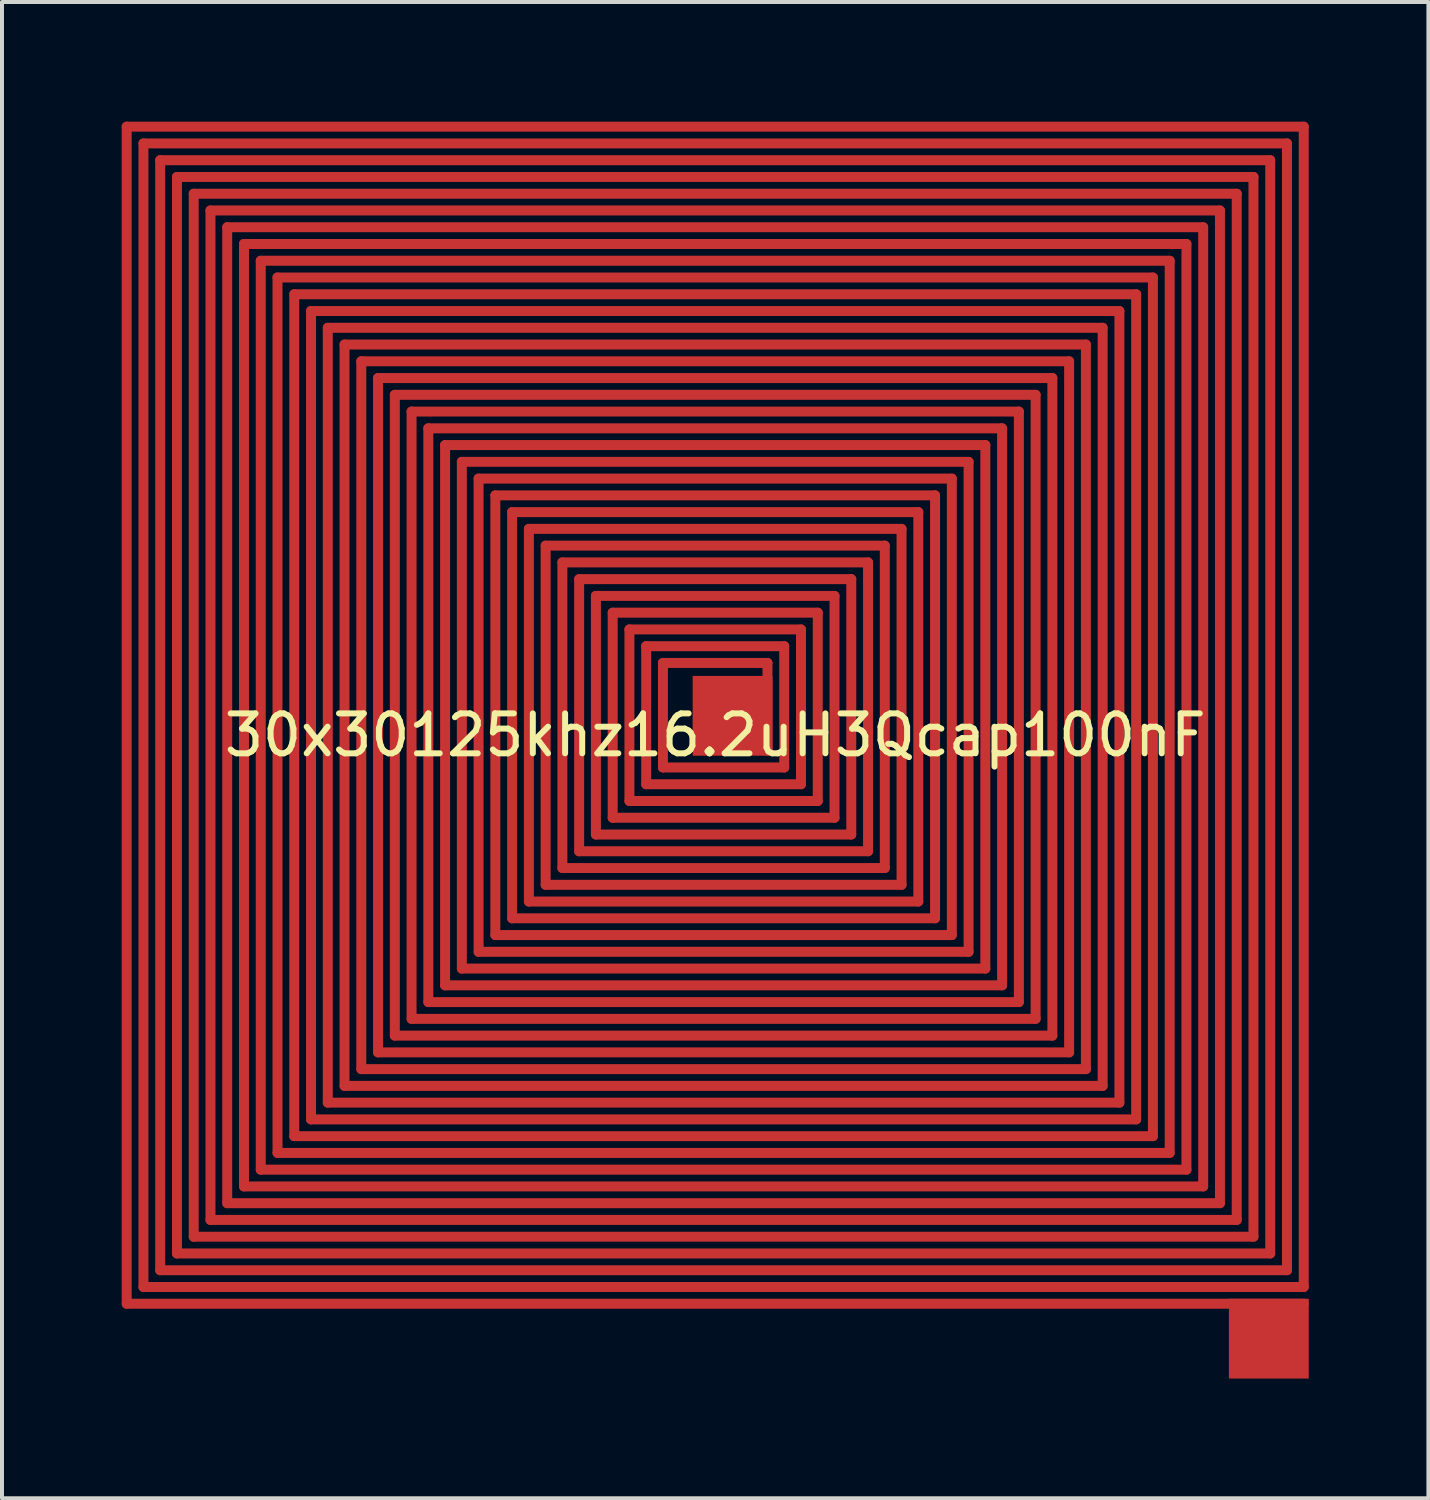
<source format=kicad_pcb>
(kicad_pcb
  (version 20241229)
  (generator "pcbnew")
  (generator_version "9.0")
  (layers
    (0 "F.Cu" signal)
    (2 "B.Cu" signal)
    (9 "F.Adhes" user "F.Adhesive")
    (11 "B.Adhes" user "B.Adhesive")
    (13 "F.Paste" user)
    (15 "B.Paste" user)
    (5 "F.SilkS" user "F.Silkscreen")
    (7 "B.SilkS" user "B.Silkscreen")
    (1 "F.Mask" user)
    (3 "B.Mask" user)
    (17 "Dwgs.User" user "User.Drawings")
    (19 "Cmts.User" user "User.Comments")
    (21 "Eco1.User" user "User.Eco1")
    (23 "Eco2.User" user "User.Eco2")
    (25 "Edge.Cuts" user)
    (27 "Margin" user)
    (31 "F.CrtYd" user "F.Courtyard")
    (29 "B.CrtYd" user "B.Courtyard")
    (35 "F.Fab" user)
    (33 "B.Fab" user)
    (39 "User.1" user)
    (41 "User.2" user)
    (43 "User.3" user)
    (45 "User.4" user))
  (footprint "30x30125khz16.2uH3Qcap100nF"
    (layer "F.Cu")
    (at 14.875 14.875)
    (property "Reference" "30x30125khz16.2uH3Qcap100nF" (at 0 0.5 0) (layer "F.SilkS") (effects (font (size 1 1) (thickness 0.15))))
    (attr through_hole)
    (fp_line (start -14.75 -14.75) (end 14.75 -14.75) (stroke (width 0.25) (type solid)) (layer "F.Cu"))
    (fp_line (start -14.75 14.75) (end -14.75 -14.75) (stroke (width 0.25) (type solid)) (layer "F.Cu"))
    (fp_line (start -14.33 -14.33) (end 14.33 -14.33) (stroke (width 0.25) (type solid)) (layer "F.Cu"))
    (fp_line (start -14.33 14.33) (end -14.33 -14.33) (stroke (width 0.25) (type solid)) (layer "F.Cu"))
    (fp_line (start -13.91 -13.91) (end 13.91 -13.91) (stroke (width 0.25) (type solid)) (layer "F.Cu"))
    (fp_line (start -13.91 13.91) (end -13.91 -13.91) (stroke (width 0.25) (type solid)) (layer "F.Cu"))
    (fp_line (start -13.49 -13.49) (end 13.49 -13.49) (stroke (width 0.25) (type solid)) (layer "F.Cu"))
    (fp_line (start -13.49 13.49) (end -13.49 -13.49) (stroke (width 0.25) (type solid)) (layer "F.Cu"))
    (fp_line (start -13.07 -13.07) (end 13.07 -13.07) (stroke (width 0.25) (type solid)) (layer "F.Cu"))
    (fp_line (start -13.07 13.07) (end -13.07 -13.07) (stroke (width 0.25) (type solid)) (layer "F.Cu"))
    (fp_line (start -12.65 -12.65) (end 12.65 -12.65) (stroke (width 0.25) (type solid)) (layer "F.Cu"))
    (fp_line (start -12.65 12.65) (end -12.65 -12.65) (stroke (width 0.25) (type solid)) (layer "F.Cu"))
    (fp_line (start -12.23 -12.23) (end 12.23 -12.23) (stroke (width 0.25) (type solid)) (layer "F.Cu"))
    (fp_line (start -12.23 12.23) (end -12.23 -12.23) (stroke (width 0.25) (type solid)) (layer "F.Cu"))
    (fp_line (start -11.81 -11.81) (end 11.81 -11.81) (stroke (width 0.25) (type solid)) (layer "F.Cu"))
    (fp_line (start -11.81 11.81) (end -11.81 -11.81) (stroke (width 0.25) (type solid)) (layer "F.Cu"))
    (fp_line (start -11.39 -11.39) (end 11.39 -11.39) (stroke (width 0.25) (type solid)) (layer "F.Cu"))
    (fp_line (start -11.39 11.39) (end -11.39 -11.39) (stroke (width 0.25) (type solid)) (layer "F.Cu"))
    (fp_line (start -10.97 -10.97) (end 10.97 -10.97) (stroke (width 0.25) (type solid)) (layer "F.Cu"))
    (fp_line (start -10.97 10.97) (end -10.97 -10.97) (stroke (width 0.25) (type solid)) (layer "F.Cu"))
    (fp_line (start -10.55 -10.55) (end 10.55 -10.55) (stroke (width 0.25) (type solid)) (layer "F.Cu"))
    (fp_line (start -10.55 10.55) (end -10.55 -10.55) (stroke (width 0.25) (type solid)) (layer "F.Cu"))
    (fp_line (start -10.13 -10.13) (end 10.13 -10.13) (stroke (width 0.25) (type solid)) (layer "F.Cu"))
    (fp_line (start -10.13 10.13) (end -10.13 -10.13) (stroke (width 0.25) (type solid)) (layer "F.Cu"))
    (fp_line (start -9.71 -9.71) (end 9.71 -9.71) (stroke (width 0.25) (type solid)) (layer "F.Cu"))
    (fp_line (start -9.71 9.71) (end -9.71 -9.71) (stroke (width 0.25) (type solid)) (layer "F.Cu"))
    (fp_line (start -9.29 -9.29) (end 9.29 -9.29) (stroke (width 0.25) (type solid)) (layer "F.Cu"))
    (fp_line (start -9.29 9.29) (end -9.29 -9.29) (stroke (width 0.25) (type solid)) (layer "F.Cu"))
    (fp_line (start -8.87 -8.87) (end 8.87 -8.87) (stroke (width 0.25) (type solid)) (layer "F.Cu"))
    (fp_line (start -8.87 8.87) (end -8.87 -8.87) (stroke (width 0.25) (type solid)) (layer "F.Cu"))
    (fp_line (start -8.45 -8.45) (end 8.45 -8.45) (stroke (width 0.25) (type solid)) (layer "F.Cu"))
    (fp_line (start -8.45 8.45) (end -8.45 -8.45) (stroke (width 0.25) (type solid)) (layer "F.Cu"))
    (fp_line (start -8.03 -8.03) (end 8.03 -8.03) (stroke (width 0.25) (type solid)) (layer "F.Cu"))
    (fp_line (start -8.03 8.03) (end -8.03 -8.03) (stroke (width 0.25) (type solid)) (layer "F.Cu"))
    (fp_line (start -7.61 -7.61) (end 7.61 -7.61) (stroke (width 0.25) (type solid)) (layer "F.Cu"))
    (fp_line (start -7.61 7.61) (end -7.61 -7.61) (stroke (width 0.25) (type solid)) (layer "F.Cu"))
    (fp_line (start -7.19 -7.19) (end 7.19 -7.19) (stroke (width 0.25) (type solid)) (layer "F.Cu"))
    (fp_line (start -7.19 7.19) (end -7.19 -7.19) (stroke (width 0.25) (type solid)) (layer "F.Cu"))
    (fp_line (start -6.77 -6.77) (end 6.77 -6.77) (stroke (width 0.25) (type solid)) (layer "F.Cu"))
    (fp_line (start -6.77 6.77) (end -6.77 -6.77) (stroke (width 0.25) (type solid)) (layer "F.Cu"))
    (fp_line (start -6.35 -6.35) (end 6.35 -6.35) (stroke (width 0.25) (type solid)) (layer "F.Cu"))
    (fp_line (start -6.35 6.35) (end -6.35 -6.35) (stroke (width 0.25) (type solid)) (layer "F.Cu"))
    (fp_line (start -5.93 -5.93) (end 5.93 -5.93) (stroke (width 0.25) (type solid)) (layer "F.Cu"))
    (fp_line (start -5.93 5.93) (end -5.93 -5.93) (stroke (width 0.25) (type solid)) (layer "F.Cu"))
    (fp_line (start -5.51 -5.51) (end 5.51 -5.51) (stroke (width 0.25) (type solid)) (layer "F.Cu"))
    (fp_line (start -5.51 5.51) (end -5.51 -5.51) (stroke (width 0.25) (type solid)) (layer "F.Cu"))
    (fp_line (start -5.09 -5.09) (end 5.09 -5.09) (stroke (width 0.25) (type solid)) (layer "F.Cu"))
    (fp_line (start -5.09 5.09) (end -5.09 -5.09) (stroke (width 0.25) (type solid)) (layer "F.Cu"))
    (fp_line (start -4.67 -4.67) (end 4.67 -4.67) (stroke (width 0.25) (type solid)) (layer "F.Cu"))
    (fp_line (start -4.67 4.67) (end -4.67 -4.67) (stroke (width 0.25) (type solid)) (layer "F.Cu"))
    (fp_line (start -4.25 -4.25) (end 4.25 -4.25) (stroke (width 0.25) (type solid)) (layer "F.Cu"))
    (fp_line (start -4.25 4.25) (end -4.25 -4.25) (stroke (width 0.25) (type solid)) (layer "F.Cu"))
    (fp_line (start -3.83 -3.83) (end 3.83 -3.83) (stroke (width 0.25) (type solid)) (layer "F.Cu"))
    (fp_line (start -3.83 3.83) (end -3.83 -3.83) (stroke (width 0.25) (type solid)) (layer "F.Cu"))
    (fp_line (start -3.41 -3.41) (end 3.41 -3.41) (stroke (width 0.25) (type solid)) (layer "F.Cu"))
    (fp_line (start -3.41 3.41) (end -3.41 -3.41) (stroke (width 0.25) (type solid)) (layer "F.Cu"))
    (fp_line (start -2.99 -2.99) (end 2.99 -2.99) (stroke (width 0.25) (type solid)) (layer "F.Cu"))
    (fp_line (start -2.99 2.99) (end -2.99 -2.99) (stroke (width 0.25) (type solid)) (layer "F.Cu"))
    (fp_line (start -2.57 -2.57) (end 2.57 -2.57) (stroke (width 0.25) (type solid)) (layer "F.Cu"))
    (fp_line (start -2.57 2.57) (end -2.57 -2.57) (stroke (width 0.25) (type solid)) (layer "F.Cu"))
    (fp_line (start -2.15 -2.15) (end 2.15 -2.15) (stroke (width 0.25) (type solid)) (layer "F.Cu"))
    (fp_line (start -2.15 2.15) (end -2.15 -2.15) (stroke (width 0.25) (type solid)) (layer "F.Cu"))
    (fp_line (start -1.73 -1.73) (end 1.73 -1.73) (stroke (width 0.25) (type solid)) (layer "F.Cu"))
    (fp_line (start -1.73 1.73) (end -1.73 -1.73) (stroke (width 0.25) (type solid)) (layer "F.Cu"))
    (fp_line (start -1.31 -1.31) (end 1.31 -1.31) (stroke (width 0.25) (type solid)) (layer "F.Cu"))
    (fp_line (start -1.31 1.31) (end -1.31 -1.31) (stroke (width 0.25) (type solid)) (layer "F.Cu"))
    (fp_line (start 1.31 -1.31) (end 1.31 0.89) (stroke (width 0.25) (type solid)) (layer "F.Cu"))
    (fp_line (start 1.73 -1.73) (end 1.73 1.31) (stroke (width 0.25) (type solid)) (layer "F.Cu"))
    (fp_line (start 1.73 1.31) (end -1.31 1.31) (stroke (width 0.25) (type solid)) (layer "F.Cu"))
    (fp_line (start 2.15 -2.15) (end 2.15 1.73) (stroke (width 0.25) (type solid)) (layer "F.Cu"))
    (fp_line (start 2.15 1.73) (end -1.73 1.73) (stroke (width 0.25) (type solid)) (layer "F.Cu"))
    (fp_line (start 2.57 -2.57) (end 2.57 2.15) (stroke (width 0.25) (type solid)) (layer "F.Cu"))
    (fp_line (start 2.57 2.15) (end -2.15 2.15) (stroke (width 0.25) (type solid)) (layer "F.Cu"))
    (fp_line (start 2.99 -2.99) (end 2.99 2.57) (stroke (width 0.25) (type solid)) (layer "F.Cu"))
    (fp_line (start 2.99 2.57) (end -2.57 2.57) (stroke (width 0.25) (type solid)) (layer "F.Cu"))
    (fp_line (start 3.41 -3.41) (end 3.41 2.99) (stroke (width 0.25) (type solid)) (layer "F.Cu"))
    (fp_line (start 3.41 2.99) (end -2.99 2.99) (stroke (width 0.25) (type solid)) (layer "F.Cu"))
    (fp_line (start 3.83 -3.83) (end 3.83 3.41) (stroke (width 0.25) (type solid)) (layer "F.Cu"))
    (fp_line (start 3.83 3.41) (end -3.41 3.41) (stroke (width 0.25) (type solid)) (layer "F.Cu"))
    (fp_line (start 4.25 -4.25) (end 4.25 3.83) (stroke (width 0.25) (type solid)) (layer "F.Cu"))
    (fp_line (start 4.25 3.83) (end -3.83 3.83) (stroke (width 0.25) (type solid)) (layer "F.Cu"))
    (fp_line (start 4.67 -4.67) (end 4.67 4.25) (stroke (width 0.25) (type solid)) (layer "F.Cu"))
    (fp_line (start 4.67 4.25) (end -4.25 4.25) (stroke (width 0.25) (type solid)) (layer "F.Cu"))
    (fp_line (start 5.09 -5.09) (end 5.09 4.67) (stroke (width 0.25) (type solid)) (layer "F.Cu"))
    (fp_line (start 5.09 4.67) (end -4.67 4.67) (stroke (width 0.25) (type solid)) (layer "F.Cu"))
    (fp_line (start 5.51 -5.51) (end 5.51 5.09) (stroke (width 0.25) (type solid)) (layer "F.Cu"))
    (fp_line (start 5.51 5.09) (end -5.09 5.09) (stroke (width 0.25) (type solid)) (layer "F.Cu"))
    (fp_line (start 5.93 -5.93) (end 5.93 5.51) (stroke (width 0.25) (type solid)) (layer "F.Cu"))
    (fp_line (start 5.93 5.51) (end -5.51 5.51) (stroke (width 0.25) (type solid)) (layer "F.Cu"))
    (fp_line (start 6.35 -6.35) (end 6.35 5.93) (stroke (width 0.25) (type solid)) (layer "F.Cu"))
    (fp_line (start 6.35 5.93) (end -5.93 5.93) (stroke (width 0.25) (type solid)) (layer "F.Cu"))
    (fp_line (start 6.77 -6.77) (end 6.77 6.35) (stroke (width 0.25) (type solid)) (layer "F.Cu"))
    (fp_line (start 6.77 6.35) (end -6.35 6.35) (stroke (width 0.25) (type solid)) (layer "F.Cu"))
    (fp_line (start 7.19 -7.19) (end 7.19 6.77) (stroke (width 0.25) (type solid)) (layer "F.Cu"))
    (fp_line (start 7.19 6.77) (end -6.77 6.77) (stroke (width 0.25) (type solid)) (layer "F.Cu"))
    (fp_line (start 7.61 -7.61) (end 7.61 7.19) (stroke (width 0.25) (type solid)) (layer "F.Cu"))
    (fp_line (start 7.61 7.19) (end -7.19 7.19) (stroke (width 0.25) (type solid)) (layer "F.Cu"))
    (fp_line (start 8.03 -8.03) (end 8.03 7.61) (stroke (width 0.25) (type solid)) (layer "F.Cu"))
    (fp_line (start 8.03 7.61) (end -7.61 7.61) (stroke (width 0.25) (type solid)) (layer "F.Cu"))
    (fp_line (start 8.45 -8.45) (end 8.45 8.03) (stroke (width 0.25) (type solid)) (layer "F.Cu"))
    (fp_line (start 8.45 8.03) (end -8.03 8.03) (stroke (width 0.25) (type solid)) (layer "F.Cu"))
    (fp_line (start 8.87 -8.87) (end 8.87 8.45) (stroke (width 0.25) (type solid)) (layer "F.Cu"))
    (fp_line (start 8.87 8.45) (end -8.45 8.45) (stroke (width 0.25) (type solid)) (layer "F.Cu"))
    (fp_line (start 9.29 -9.29) (end 9.29 8.87) (stroke (width 0.25) (type solid)) (layer "F.Cu"))
    (fp_line (start 9.29 8.87) (end -8.87 8.87) (stroke (width 0.25) (type solid)) (layer "F.Cu"))
    (fp_line (start 9.71 -9.71) (end 9.71 9.29) (stroke (width 0.25) (type solid)) (layer "F.Cu"))
    (fp_line (start 9.71 9.29) (end -9.29 9.29) (stroke (width 0.25) (type solid)) (layer "F.Cu"))
    (fp_line (start 10.13 -10.13) (end 10.13 9.71) (stroke (width 0.25) (type solid)) (layer "F.Cu"))
    (fp_line (start 10.13 9.71) (end -9.71 9.71) (stroke (width 0.25) (type solid)) (layer "F.Cu"))
    (fp_line (start 10.55 -10.55) (end 10.55 10.13) (stroke (width 0.25) (type solid)) (layer "F.Cu"))
    (fp_line (start 10.55 10.13) (end -10.13 10.13) (stroke (width 0.25) (type solid)) (layer "F.Cu"))
    (fp_line (start 10.97 -10.97) (end 10.97 10.55) (stroke (width 0.25) (type solid)) (layer "F.Cu"))
    (fp_line (start 10.97 10.55) (end -10.55 10.55) (stroke (width 0.25) (type solid)) (layer "F.Cu"))
    (fp_line (start 11.39 -11.39) (end 11.39 10.97) (stroke (width 0.25) (type solid)) (layer "F.Cu"))
    (fp_line (start 11.39 10.97) (end -10.97 10.97) (stroke (width 0.25) (type solid)) (layer "F.Cu"))
    (fp_line (start 11.81 -11.81) (end 11.81 11.39) (stroke (width 0.25) (type solid)) (layer "F.Cu"))
    (fp_line (start 11.81 11.39) (end -11.39 11.39) (stroke (width 0.25) (type solid)) (layer "F.Cu"))
    (fp_line (start 12.23 -12.23) (end 12.23 11.81) (stroke (width 0.25) (type solid)) (layer "F.Cu"))
    (fp_line (start 12.23 11.81) (end -11.81 11.81) (stroke (width 0.25) (type solid)) (layer "F.Cu"))
    (fp_line (start 12.65 -12.65) (end 12.65 12.23) (stroke (width 0.25) (type solid)) (layer "F.Cu"))
    (fp_line (start 12.65 12.23) (end -12.23 12.23) (stroke (width 0.25) (type solid)) (layer "F.Cu"))
    (fp_line (start 13.07 -13.07) (end 13.07 12.65) (stroke (width 0.25) (type solid)) (layer "F.Cu"))
    (fp_line (start 13.07 12.65) (end -12.65 12.65) (stroke (width 0.25) (type solid)) (layer "F.Cu"))
    (fp_line (start 13.49 -13.49) (end 13.49 13.07) (stroke (width 0.25) (type solid)) (layer "F.Cu"))
    (fp_line (start 13.49 13.07) (end -13.07 13.07) (stroke (width 0.25) (type solid)) (layer "F.Cu"))
    (fp_line (start 13.91 -13.91) (end 13.91 13.49) (stroke (width 0.25) (type solid)) (layer "F.Cu"))
    (fp_line (start 13.91 13.49) (end -13.49 13.49) (stroke (width 0.25) (type solid)) (layer "F.Cu"))
    (fp_line (start 14.33 -14.33) (end 14.33 13.91) (stroke (width 0.25) (type solid)) (layer "F.Cu"))
    (fp_line (start 14.33 13.91) (end -13.91 13.91) (stroke (width 0.25) (type solid)) (layer "F.Cu"))
    (fp_line (start 14.75 -14.75) (end 14.75 14.33) (stroke (width 0.25) (type solid)) (layer "F.Cu"))
    (fp_line (start 14.75 14.33) (end -14.33 14.33) (stroke (width 0.25) (type solid)) (layer "F.Cu"))
    (fp_line (start 14.75 14.75) (end -14.75 14.75) (stroke (width 0.25) (type solid)) (layer "F.Cu"))
    (pad "1" smd rect (at 13.875 15.625) (size 2 2) (layers "F.Cu"))
    (pad "2" smd rect (at 0.435 0.015) (size 2 2) (layers "F.Cu")))
  (gr_rect
    (start -3 -3)
    (end 32.75 34.5)
    (stroke (width 0.1) (type default))
    (fill no)
    (layer "Edge.Cuts")))
</source>
